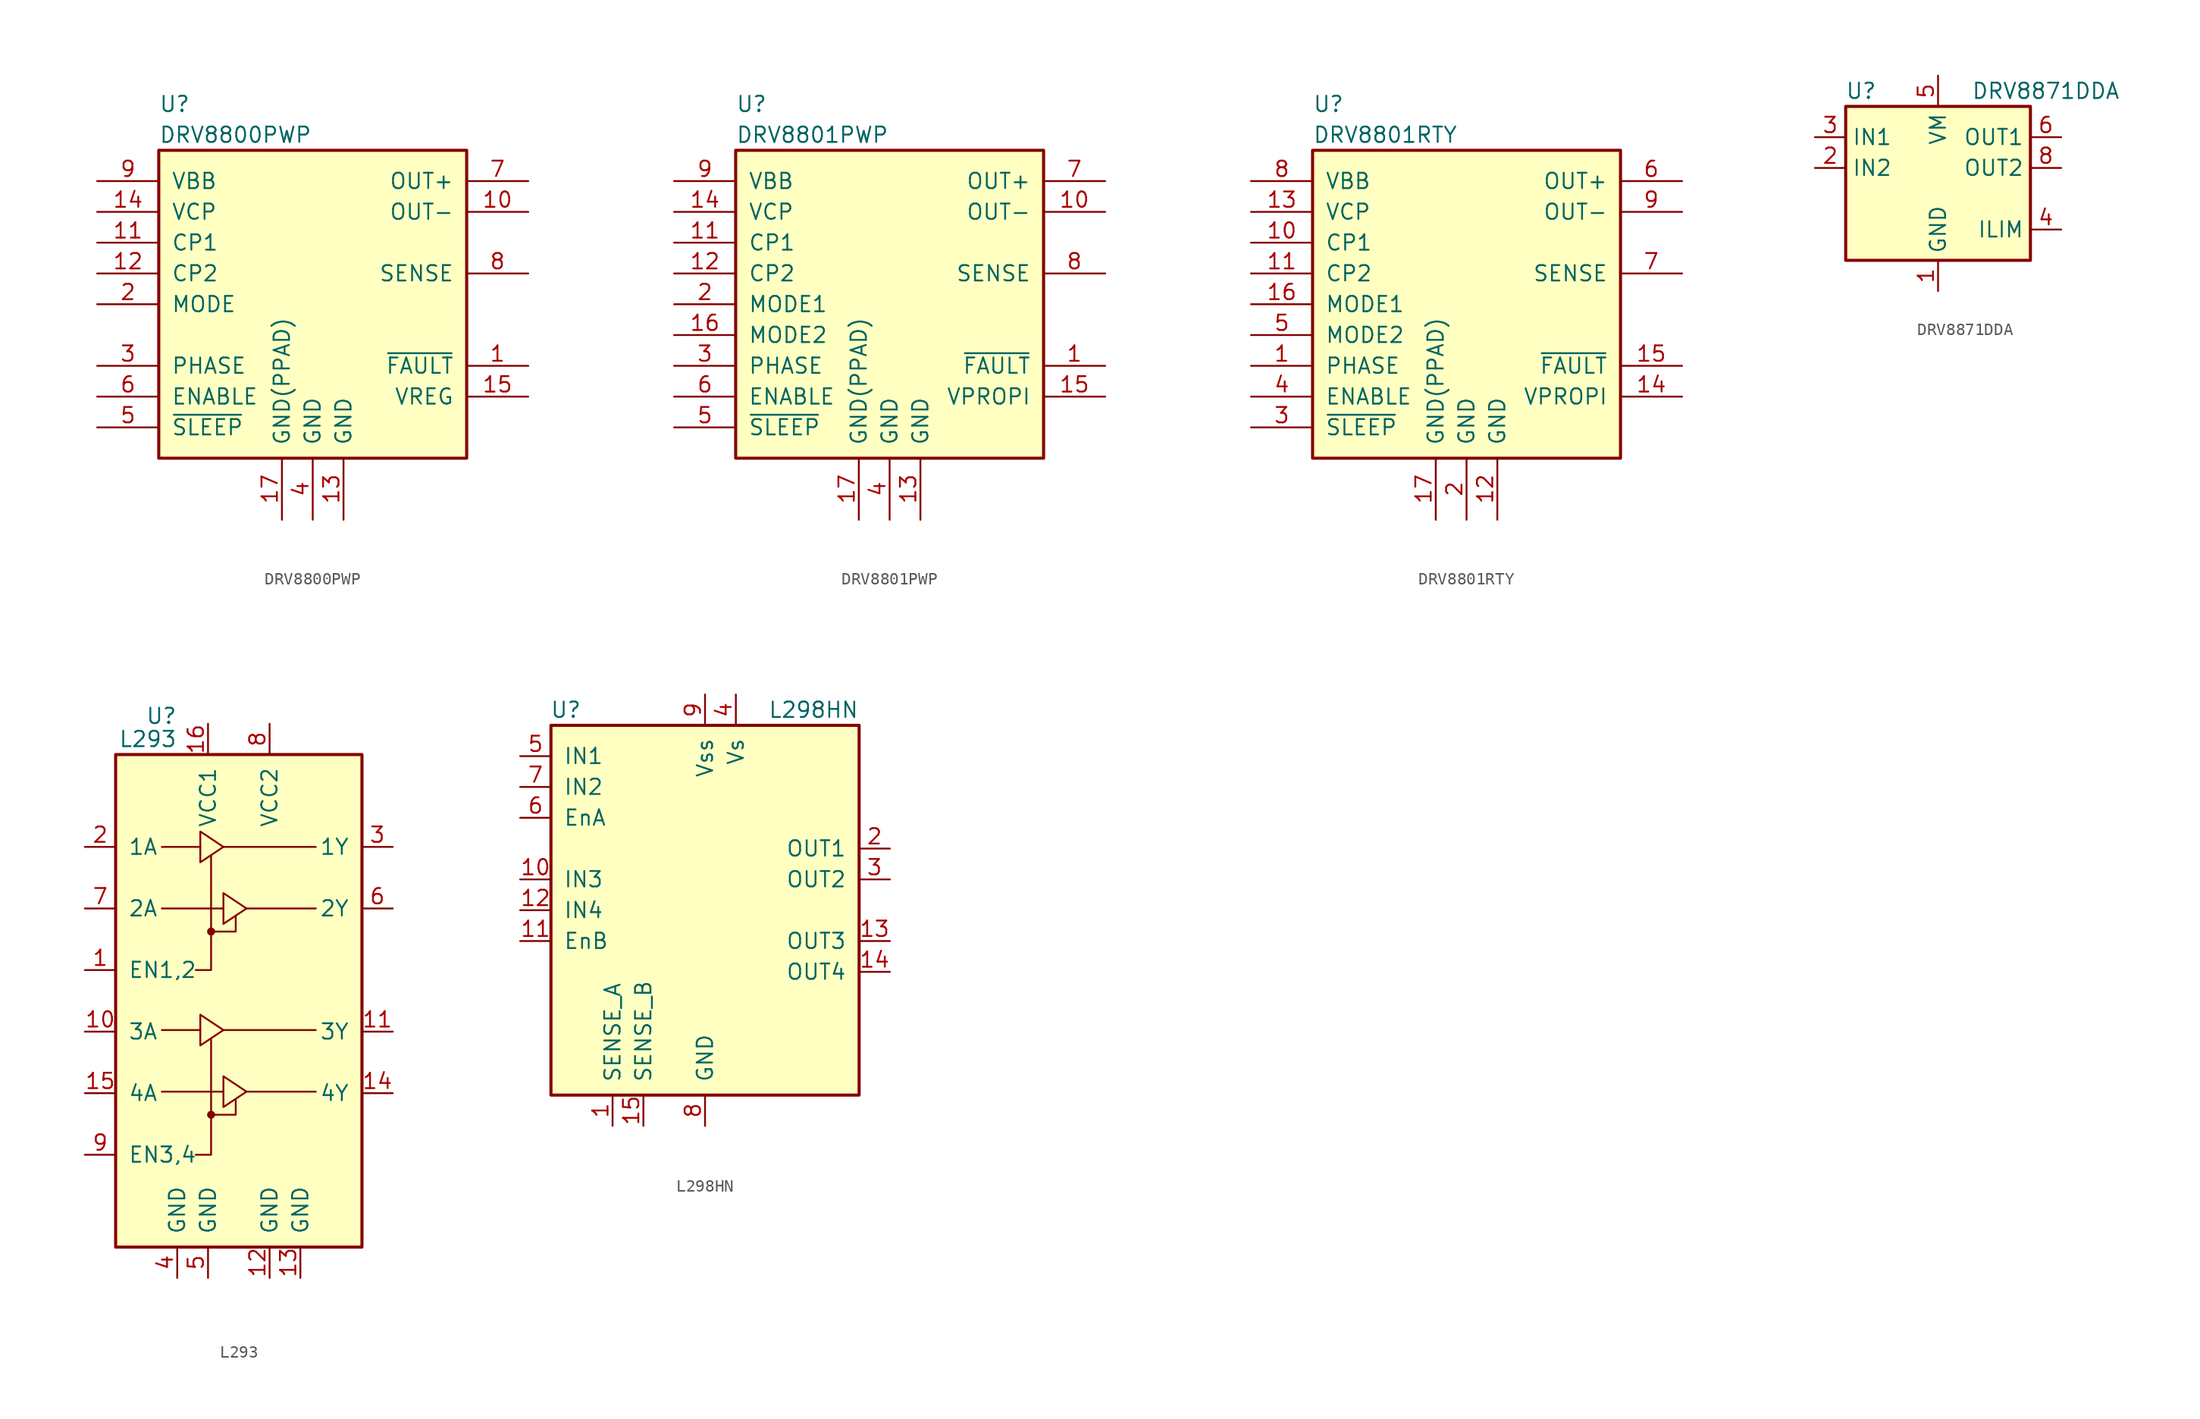
<source format=kicad_sym>
(kicad_symbol_lib
  (version 20201005)
  (generator kicad_symbol_editor)
  (symbol "DRV8800PWP"
    (pin_names
      (offset 1.016))
    (property "Reference" "U"
      (at -12.7 16.51 0)
      (effects (font (size 1.27 1.27)) (justify left)))
    (property "Value" "DRV8800PWP"
      (at -12.7 13.97 0)
      (effects (font (size 1.27 1.27)) (justify left)))
    (symbol "DRV8800PWP_0_1"
      (rectangle (start -12.7 12.7) (end 12.7 -12.7) (stroke (width 0.254)) (fill (type background))))
    (symbol "DRV8800PWP_1_1"
      (pin open_collector line (at 17.78 -5.08 180) (length 5.08) (name "~FAULT" (effects (font (size 1.27 1.27)))) (number "1" (effects (font (size 1.27 1.27)))))
      (pin power_out line (at 17.78 7.62 180) (length 5.08) (name "OUT-" (effects (font (size 1.27 1.27)))) (number "10" (effects (font (size 1.27 1.27)))))
      (pin power_in line (at -17.78 5.08 0) (length 5.08) (name "CP1" (effects (font (size 1.27 1.27)))) (number "11" (effects (font (size 1.27 1.27)))))
      (pin power_in line (at -17.78 2.54 0) (length 5.08) (name "CP2" (effects (font (size 1.27 1.27)))) (number "12" (effects (font (size 1.27 1.27)))))
      (pin power_in line (at 2.54 -17.78 90) (length 5.08) (name "GND" (effects (font (size 1.27 1.27)))) (number "13" (effects (font (size 1.27 1.27)))))
      (pin power_in line (at -17.78 7.62 0) (length 5.08) (name "VCP" (effects (font (size 1.27 1.27)))) (number "14" (effects (font (size 1.27 1.27)))))
      (pin output line (at 17.78 -7.62 180) (length 5.08) (name "VREG" (effects (font (size 1.27 1.27)))) (number "15" (effects (font (size 1.27 1.27)))))
      (pin no_connect line (at -17.78 -2.54 0) (length 5.08) hide (name "NC" (effects (font (size 1.27 1.27)))) (number "16" (effects (font (size 1.27 1.27)))))
      (pin power_in line (at -2.54 -17.78 90) (length 5.08) (name "GND(PPAD)" (effects (font (size 1.27 1.27)))) (number "17" (effects (font (size 1.27 1.27)))))
      (pin input line (at -17.78 0 0) (length 5.08) (name "MODE" (effects (font (size 1.27 1.27)))) (number "2" (effects (font (size 1.27 1.27)))))
      (pin input line (at -17.78 -5.08 0) (length 5.08) (name "PHASE" (effects (font (size 1.27 1.27)))) (number "3" (effects (font (size 1.27 1.27)))))
      (pin power_in line (at 0 -17.78 90) (length 5.08) (name "GND" (effects (font (size 1.27 1.27)))) (number "4" (effects (font (size 1.27 1.27)))))
      (pin input line (at -17.78 -10.16 0) (length 5.08) (name "~SLEEP" (effects (font (size 1.27 1.27)))) (number "5" (effects (font (size 1.27 1.27)))))
      (pin input line (at -17.78 -7.62 0) (length 5.08) (name "ENABLE" (effects (font (size 1.27 1.27)))) (number "6" (effects (font (size 1.27 1.27)))))
      (pin power_out line (at 17.78 10.16 180) (length 5.08) (name "OUT+" (effects (font (size 1.27 1.27)))) (number "7" (effects (font (size 1.27 1.27)))))
      (pin power_out line (at 17.78 2.54 180) (length 5.08) (name "SENSE" (effects (font (size 1.27 1.27)))) (number "8" (effects (font (size 1.27 1.27)))))
      (pin power_in line (at -17.78 10.16 0) (length 5.08) (name "VBB" (effects (font (size 1.27 1.27)))) (number "9" (effects (font (size 1.27 1.27)))))))
  (symbol "DRV8801PWP"
    (pin_names
      (offset 1.016))
    (property "Reference" "U"
      (at -12.7 16.51 0)
      (effects (font (size 1.27 1.27)) (justify left)))
    (property "Value" "DRV8801PWP"
      (at -12.7 13.97 0)
      (effects (font (size 1.27 1.27)) (justify left)))
    (symbol "DRV8801PWP_0_1"
      (rectangle (start -12.7 12.7) (end 12.7 -12.7) (stroke (width 0.254)) (fill (type background))))
    (symbol "DRV8801PWP_1_1"
      (pin open_collector line (at 17.78 -5.08 180) (length 5.08) (name "~FAULT" (effects (font (size 1.27 1.27)))) (number "1" (effects (font (size 1.27 1.27)))))
      (pin power_out line (at 17.78 7.62 180) (length 5.08) (name "OUT-" (effects (font (size 1.27 1.27)))) (number "10" (effects (font (size 1.27 1.27)))))
      (pin power_in line (at -17.78 5.08 0) (length 5.08) (name "CP1" (effects (font (size 1.27 1.27)))) (number "11" (effects (font (size 1.27 1.27)))))
      (pin power_in line (at -17.78 2.54 0) (length 5.08) (name "CP2" (effects (font (size 1.27 1.27)))) (number "12" (effects (font (size 1.27 1.27)))))
      (pin power_in line (at 2.54 -17.78 90) (length 5.08) (name "GND" (effects (font (size 1.27 1.27)))) (number "13" (effects (font (size 1.27 1.27)))))
      (pin power_in line (at -17.78 7.62 0) (length 5.08) (name "VCP" (effects (font (size 1.27 1.27)))) (number "14" (effects (font (size 1.27 1.27)))))
      (pin output line (at 17.78 -7.62 180) (length 5.08) (name "VPROPI" (effects (font (size 1.27 1.27)))) (number "15" (effects (font (size 1.27 1.27)))))
      (pin input line (at -17.78 -2.54 0) (length 5.08) (name "MODE2" (effects (font (size 1.27 1.27)))) (number "16" (effects (font (size 1.27 1.27)))))
      (pin power_in line (at -2.54 -17.78 90) (length 5.08) (name "GND(PPAD)" (effects (font (size 1.27 1.27)))) (number "17" (effects (font (size 1.27 1.27)))))
      (pin input line (at -17.78 0 0) (length 5.08) (name "MODE1" (effects (font (size 1.27 1.27)))) (number "2" (effects (font (size 1.27 1.27)))))
      (pin input line (at -17.78 -5.08 0) (length 5.08) (name "PHASE" (effects (font (size 1.27 1.27)))) (number "3" (effects (font (size 1.27 1.27)))))
      (pin power_in line (at 0 -17.78 90) (length 5.08) (name "GND" (effects (font (size 1.27 1.27)))) (number "4" (effects (font (size 1.27 1.27)))))
      (pin input line (at -17.78 -10.16 0) (length 5.08) (name "~SLEEP" (effects (font (size 1.27 1.27)))) (number "5" (effects (font (size 1.27 1.27)))))
      (pin input line (at -17.78 -7.62 0) (length 5.08) (name "ENABLE" (effects (font (size 1.27 1.27)))) (number "6" (effects (font (size 1.27 1.27)))))
      (pin power_out line (at 17.78 10.16 180) (length 5.08) (name "OUT+" (effects (font (size 1.27 1.27)))) (number "7" (effects (font (size 1.27 1.27)))))
      (pin power_out line (at 17.78 2.54 180) (length 5.08) (name "SENSE" (effects (font (size 1.27 1.27)))) (number "8" (effects (font (size 1.27 1.27)))))
      (pin power_in line (at -17.78 10.16 0) (length 5.08) (name "VBB" (effects (font (size 1.27 1.27)))) (number "9" (effects (font (size 1.27 1.27)))))))
  (symbol "DRV8801RTY"
    (pin_names
      (offset 1.016))
    (property "Reference" "U"
      (at -12.7 16.51 0)
      (effects (font (size 1.27 1.27)) (justify left)))
    (property "Value" "DRV8801RTY"
      (at -12.7 13.97 0)
      (effects (font (size 1.27 1.27)) (justify left)))
    (symbol "DRV8801RTY_0_1"
      (rectangle (start -12.7 12.7) (end 12.7 -12.7) (stroke (width 0.254)) (fill (type background))))
    (symbol "DRV8801RTY_1_1"
      (pin input line (at -17.78 -5.08 0) (length 5.08) (name "PHASE" (effects (font (size 1.27 1.27)))) (number "1" (effects (font (size 1.27 1.27)))))
      (pin power_in line (at -17.78 5.08 0) (length 5.08) (name "CP1" (effects (font (size 1.27 1.27)))) (number "10" (effects (font (size 1.27 1.27)))))
      (pin power_in line (at -17.78 2.54 0) (length 5.08) (name "CP2" (effects (font (size 1.27 1.27)))) (number "11" (effects (font (size 1.27 1.27)))))
      (pin power_in line (at 2.54 -17.78 90) (length 5.08) (name "GND" (effects (font (size 1.27 1.27)))) (number "12" (effects (font (size 1.27 1.27)))))
      (pin power_in line (at -17.78 7.62 0) (length 5.08) (name "VCP" (effects (font (size 1.27 1.27)))) (number "13" (effects (font (size 1.27 1.27)))))
      (pin output line (at 17.78 -7.62 180) (length 5.08) (name "VPROPI" (effects (font (size 1.27 1.27)))) (number "14" (effects (font (size 1.27 1.27)))))
      (pin open_collector line (at 17.78 -5.08 180) (length 5.08) (name "~FAULT" (effects (font (size 1.27 1.27)))) (number "15" (effects (font (size 1.27 1.27)))))
      (pin input line (at -17.78 0 0) (length 5.08) (name "MODE1" (effects (font (size 1.27 1.27)))) (number "16" (effects (font (size 1.27 1.27)))))
      (pin power_in line (at -2.54 -17.78 90) (length 5.08) (name "GND(PPAD)" (effects (font (size 1.27 1.27)))) (number "17" (effects (font (size 1.27 1.27)))))
      (pin power_in line (at 0 -17.78 90) (length 5.08) (name "GND" (effects (font (size 1.27 1.27)))) (number "2" (effects (font (size 1.27 1.27)))))
      (pin input line (at -17.78 -10.16 0) (length 5.08) (name "~SLEEP" (effects (font (size 1.27 1.27)))) (number "3" (effects (font (size 1.27 1.27)))))
      (pin input line (at -17.78 -7.62 0) (length 5.08) (name "ENABLE" (effects (font (size 1.27 1.27)))) (number "4" (effects (font (size 1.27 1.27)))))
      (pin input line (at -17.78 -2.54 0) (length 5.08) (name "MODE2" (effects (font (size 1.27 1.27)))) (number "5" (effects (font (size 1.27 1.27)))))
      (pin power_out line (at 17.78 10.16 180) (length 5.08) (name "OUT+" (effects (font (size 1.27 1.27)))) (number "6" (effects (font (size 1.27 1.27)))))
      (pin power_out line (at 17.78 2.54 180) (length 5.08) (name "SENSE" (effects (font (size 1.27 1.27)))) (number "7" (effects (font (size 1.27 1.27)))))
      (pin power_in line (at -17.78 10.16 0) (length 5.08) (name "VBB" (effects (font (size 1.27 1.27)))) (number "8" (effects (font (size 1.27 1.27)))))
      (pin power_out line (at 17.78 7.62 180) (length 5.08) (name "OUT-" (effects (font (size 1.27 1.27)))) (number "9" (effects (font (size 1.27 1.27)))))))
  (symbol "DRV8871DDA"
    (property "Reference" "U"
      (at -6.35 6.35 0)
      (effects (font (size 1.27 1.27))))
    (property "Value" "DRV8871DDA"
      (at 8.89 6.35 0)
      (effects (font (size 1.27 1.27))))
    (symbol "DRV8871DDA_0_1"
      (rectangle (start -7.62 5.08) (end 7.62 -7.62) (stroke (width 0.254)) (fill (type background))))
    (symbol "DRV8871DDA_1_1"
      (pin power_in line (at 0 -10.16 90) (length 2.54) (name "GND" (effects (font (size 1.27 1.27)))) (number "1" (effects (font (size 1.27 1.27)))))
      (pin input line (at -10.16 0 0) (length 2.54) (name "IN2" (effects (font (size 1.27 1.27)))) (number "2" (effects (font (size 1.27 1.27)))))
      (pin input line (at -10.16 2.54 0) (length 2.54) (name "IN1" (effects (font (size 1.27 1.27)))) (number "3" (effects (font (size 1.27 1.27)))))
      (pin passive line (at 10.16 -5.08 180) (length 2.54) (name "ILIM" (effects (font (size 1.27 1.27)))) (number "4" (effects (font (size 1.27 1.27)))))
      (pin power_in line (at 0 7.62 270) (length 2.54) (name "VM" (effects (font (size 1.27 1.27)))) (number "5" (effects (font (size 1.27 1.27)))))
      (pin output line (at 10.16 2.54 180) (length 2.54) (name "OUT1" (effects (font (size 1.27 1.27)))) (number "6" (effects (font (size 1.27 1.27)))))
      (pin passive line (at 0 -10.16 90) (length 2.54) hide (name "GND" (effects (font (size 1.27 1.27)))) (number "7" (effects (font (size 1.27 1.27)))))
      (pin output line (at 10.16 0 180) (length 2.54) (name "OUT2" (effects (font (size 1.27 1.27)))) (number "8" (effects (font (size 1.27 1.27)))))
      (pin passive line (at 0 -10.16 90) (length 2.54) hide (name "GND" (effects (font (size 1.27 1.27)))) (number "9" (effects (font (size 1.27 1.27)))))))
  (symbol "L293"
    (pin_names
      (offset 1.016))
    (property "Reference" "U"
      (at -5.08 26.035 0)
      (effects (font (size 1.27 1.27)) (justify right)))
    (property "Value" "L293"
      (at -5.08 24.13 0)
      (effects (font (size 1.27 1.27)) (justify right)))
    (symbol "L293_0_1"
      (circle (center -2.286 -6.858) (radius 0.254) (stroke (width 0)) (fill (type outline)))
      (circle (center -2.286 8.255) (radius 0.254) (stroke (width 0)) (fill (type outline)))
      (rectangle (start -10.16 22.86) (end 10.16 -17.78) (stroke (width 0.254)) (fill (type background)))
      (polyline (pts (xy -6.35 -4.953) (xy -1.27 -4.953)) (stroke (width 0)) (fill (type none)))
      (polyline (pts (xy -6.35 0.127) (xy -3.175 0.127)) (stroke (width 0)) (fill (type none)))
      (polyline (pts (xy -6.35 10.16) (xy -1.27 10.16)) (stroke (width 0)) (fill (type none)))
      (polyline (pts (xy -6.35 15.24) (xy -3.175 15.24)) (stroke (width 0)) (fill (type none)))
      (polyline (pts (xy -1.27 0.127) (xy 6.35 0.127)) (stroke (width 0)) (fill (type none)))
      (polyline (pts (xy -1.27 15.24) (xy 6.35 15.24)) (stroke (width 0)) (fill (type none)))
      (polyline (pts (xy 0.635 -4.953) (xy 6.35 -4.953)) (stroke (width 0)) (fill (type none)))
      (polyline (pts (xy 0.635 10.16) (xy 6.35 10.16)) (stroke (width 0)) (fill (type none)))
      (polyline (pts (xy -2.286 -6.858) (xy -0.254 -6.858) (xy -0.254 -5.588)) (stroke (width 0)) (fill (type none)))
      (polyline (pts (xy -2.286 -0.635) (xy -2.286 -10.16) (xy -3.556 -10.16)) (stroke (width 0)) (fill (type none)))
      (polyline (pts (xy -2.286 8.255) (xy -0.254 8.255) (xy -0.254 9.525)) (stroke (width 0)) (fill (type none)))
      (polyline (pts (xy -2.286 14.478) (xy -2.286 5.08) (xy -3.556 5.08)) (stroke (width 0)) (fill (type none)))
      (polyline (pts (xy -3.175 1.397) (xy -3.175 -1.143) (xy -1.27 0.127) (xy -3.175 1.397)) (stroke (width 0)) (fill (type none)))
      (polyline (pts (xy -3.175 16.51) (xy -3.175 13.97) (xy -1.27 15.24) (xy -3.175 16.51)) (stroke (width 0)) (fill (type none)))
      (polyline (pts (xy -1.27 -3.683) (xy -1.27 -6.223) (xy 0.635 -4.953) (xy -1.27 -3.683)) (stroke (width 0)) (fill (type none)))
      (polyline (pts (xy -1.27 11.43) (xy -1.27 8.89) (xy 0.635 10.16) (xy -1.27 11.43)) (stroke (width 0)) (fill (type none))))
    (symbol "L293_1_1"
      (pin input line (at -12.7 5.08 0) (length 2.54) (name "EN1,2" (effects (font (size 1.27 1.27)))) (number "1" (effects (font (size 1.27 1.27)))))
      (pin input line (at -12.7 0 0) (length 2.54) (name "3A" (effects (font (size 1.27 1.27)))) (number "10" (effects (font (size 1.27 1.27)))))
      (pin output line (at 12.7 0 180) (length 2.54) (name "3Y" (effects (font (size 1.27 1.27)))) (number "11" (effects (font (size 1.27 1.27)))))
      (pin power_in line (at 2.54 -20.32 90) (length 2.54) (name "GND" (effects (font (size 1.27 1.27)))) (number "12" (effects (font (size 1.27 1.27)))))
      (pin power_in line (at 5.08 -20.32 90) (length 2.54) (name "GND" (effects (font (size 1.27 1.27)))) (number "13" (effects (font (size 1.27 1.27)))))
      (pin output line (at 12.7 -5.08 180) (length 2.54) (name "4Y" (effects (font (size 1.27 1.27)))) (number "14" (effects (font (size 1.27 1.27)))))
      (pin input line (at -12.7 -5.08 0) (length 2.54) (name "4A" (effects (font (size 1.27 1.27)))) (number "15" (effects (font (size 1.27 1.27)))))
      (pin power_in line (at -2.54 25.4 270) (length 2.54) (name "VCC1" (effects (font (size 1.27 1.27)))) (number "16" (effects (font (size 1.27 1.27)))))
      (pin input line (at -12.7 15.24 0) (length 2.54) (name "1A" (effects (font (size 1.27 1.27)))) (number "2" (effects (font (size 1.27 1.27)))))
      (pin output line (at 12.7 15.24 180) (length 2.54) (name "1Y" (effects (font (size 1.27 1.27)))) (number "3" (effects (font (size 1.27 1.27)))))
      (pin power_in line (at -5.08 -20.32 90) (length 2.54) (name "GND" (effects (font (size 1.27 1.27)))) (number "4" (effects (font (size 1.27 1.27)))))
      (pin power_in line (at -2.54 -20.32 90) (length 2.54) (name "GND" (effects (font (size 1.27 1.27)))) (number "5" (effects (font (size 1.27 1.27)))))
      (pin output line (at 12.7 10.16 180) (length 2.54) (name "2Y" (effects (font (size 1.27 1.27)))) (number "6" (effects (font (size 1.27 1.27)))))
      (pin input line (at -12.7 10.16 0) (length 2.54) (name "2A" (effects (font (size 1.27 1.27)))) (number "7" (effects (font (size 1.27 1.27)))))
      (pin power_in line (at 2.54 25.4 270) (length 2.54) (name "VCC2" (effects (font (size 1.27 1.27)))) (number "8" (effects (font (size 1.27 1.27)))))
      (pin input line (at -12.7 -10.16 0) (length 2.54) (name "EN3,4" (effects (font (size 1.27 1.27)))) (number "9" (effects (font (size 1.27 1.27)))))))
  (symbol "L298HN"
    (pin_names
      (offset 1.016))
    (property "Reference" "U"
      (at -10.16 16.51 0)
      (effects (font (size 1.27 1.27)) (justify right)))
    (property "Value" "L298HN"
      (at 12.7 16.51 0)
      (effects (font (size 1.27 1.27)) (justify right)))
    (symbol "L298HN_0_1"
      (rectangle (start -12.7 15.24) (end 12.7 -15.24) (stroke (width 0.254)) (fill (type background))))
    (symbol "L298HN_1_1"
      (pin power_in line (at -7.62 -17.78 90) (length 2.54) (name "SENSE_A" (effects (font (size 1.27 1.27)))) (number "1" (effects (font (size 1.27 1.27)))))
      (pin input line (at -15.24 2.54 0) (length 2.54) (name "IN3" (effects (font (size 1.27 1.27)))) (number "10" (effects (font (size 1.27 1.27)))))
      (pin input line (at -15.24 -2.54 0) (length 2.54) (name "EnB" (effects (font (size 1.27 1.27)))) (number "11" (effects (font (size 1.27 1.27)))))
      (pin input line (at -15.24 0 0) (length 2.54) (name "IN4" (effects (font (size 1.27 1.27)))) (number "12" (effects (font (size 1.27 1.27)))))
      (pin output line (at 15.24 -2.54 180) (length 2.54) (name "OUT3" (effects (font (size 1.27 1.27)))) (number "13" (effects (font (size 1.27 1.27)))))
      (pin output line (at 15.24 -5.08 180) (length 2.54) (name "OUT4" (effects (font (size 1.27 1.27)))) (number "14" (effects (font (size 1.27 1.27)))))
      (pin power_in line (at -5.08 -17.78 90) (length 2.54) (name "SENSE_B" (effects (font (size 1.27 1.27)))) (number "15" (effects (font (size 1.27 1.27)))))
      (pin output line (at 15.24 5.08 180) (length 2.54) (name "OUT1" (effects (font (size 1.27 1.27)))) (number "2" (effects (font (size 1.27 1.27)))))
      (pin output line (at 15.24 2.54 180) (length 2.54) (name "OUT2" (effects (font (size 1.27 1.27)))) (number "3" (effects (font (size 1.27 1.27)))))
      (pin power_in line (at 2.54 17.78 270) (length 2.54) (name "Vs" (effects (font (size 1.27 1.27)))) (number "4" (effects (font (size 1.27 1.27)))))
      (pin input line (at -15.24 12.7 0) (length 2.54) (name "IN1" (effects (font (size 1.27 1.27)))) (number "5" (effects (font (size 1.27 1.27)))))
      (pin input line (at -15.24 7.62 0) (length 2.54) (name "EnA" (effects (font (size 1.27 1.27)))) (number "6" (effects (font (size 1.27 1.27)))))
      (pin input line (at -15.24 10.16 0) (length 2.54) (name "IN2" (effects (font (size 1.27 1.27)))) (number "7" (effects (font (size 1.27 1.27)))))
      (pin power_in line (at 0 -17.78 90) (length 2.54) (name "GND" (effects (font (size 1.27 1.27)))) (number "8" (effects (font (size 1.27 1.27)))))
      (pin power_in line (at 0 17.78 270) (length 2.54) (name "Vss" (effects (font (size 1.27 1.27)))) (number "9" (effects (font (size 1.27 1.27))))))))
</source>
